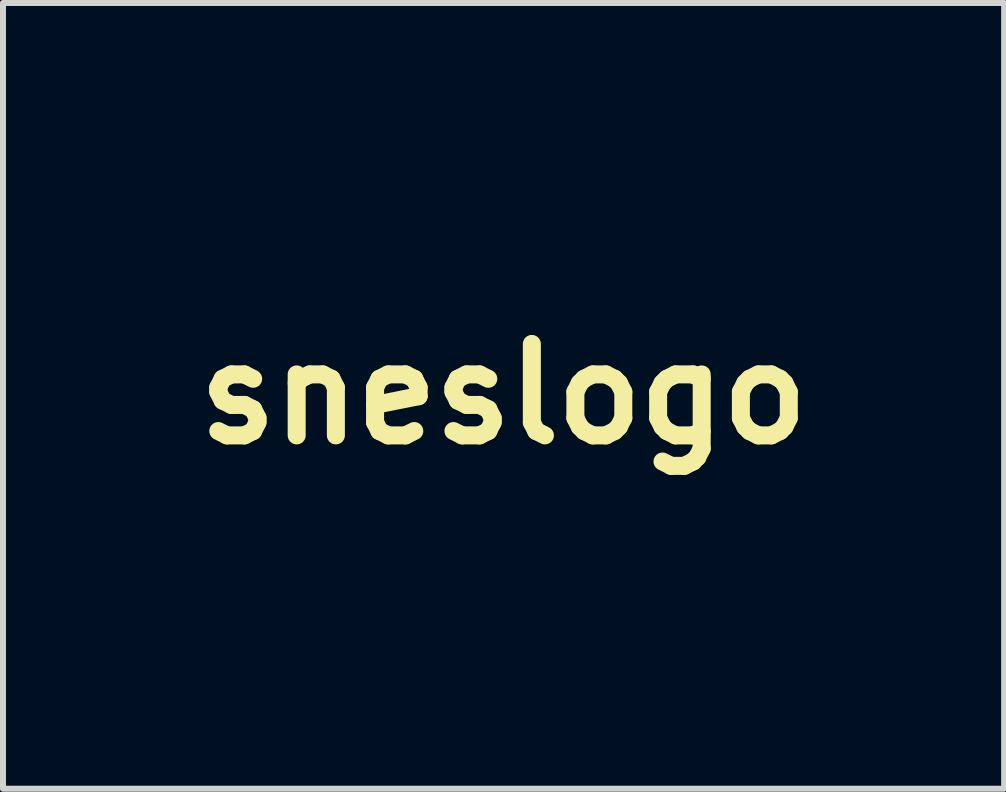
<source format=kicad_pcb>
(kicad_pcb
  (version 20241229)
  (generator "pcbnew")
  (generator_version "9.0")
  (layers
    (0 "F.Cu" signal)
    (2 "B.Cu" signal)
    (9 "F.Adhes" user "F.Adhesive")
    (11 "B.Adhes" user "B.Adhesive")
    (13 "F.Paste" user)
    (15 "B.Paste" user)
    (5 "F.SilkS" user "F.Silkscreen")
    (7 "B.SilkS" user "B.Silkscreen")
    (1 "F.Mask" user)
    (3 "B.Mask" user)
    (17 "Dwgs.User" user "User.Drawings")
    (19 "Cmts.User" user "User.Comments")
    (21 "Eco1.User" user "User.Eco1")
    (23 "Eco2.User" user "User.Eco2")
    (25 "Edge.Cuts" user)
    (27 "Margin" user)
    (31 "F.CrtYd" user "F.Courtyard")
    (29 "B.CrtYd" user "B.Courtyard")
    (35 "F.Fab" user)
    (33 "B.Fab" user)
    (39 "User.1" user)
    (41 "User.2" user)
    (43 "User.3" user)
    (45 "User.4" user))
  (footprint "sneslogo"
    (layer "F.Cu")
    (at 5.341 3.516)
    (property "Reference" "sneslogo" (at 0 0 0) (layer "F.SilkS") (effects (font (size 1.524 1.524) (thickness 0.3))))
    (attr board_only exclude_from_pos_files exclude_from_bom)
    (fp_poly (pts (xy -2.828 -0.317) (xy -2.681 -0.308) (xy -2.536 -0.295) (xy -2.393 -0.275) (xy -2.252 -0.25) (xy -2.115 -0.22) (xy -1.982 -0.184) (xy -1.853 -0.143) (xy -1.783 -0.117) (xy -1.686 -0.078) (xy -1.595 -0.035) (xy -1.509 0.01) (xy -1.429 0.058) (xy -1.356 0.108) (xy -1.288 0.16) (xy -1.227 0.215) (xy -1.173 0.271) (xy -1.126 0.329) (xy -1.086 0.388) (xy -1.059 0.439) (xy -1.037 0.489) (xy -1.02 0.537) (xy -1.01 0.584) (xy -1.004 0.634) (xy -1.003 0.676) (xy -1.005 0.734) (xy -1.013 0.788) (xy -1.027 0.84) (xy -1.047 0.893) (xy -1.061 0.924) (xy -1.084 0.967) (xy -1.11 1.007) (xy -1.139 1.046) (xy -1.172 1.086) (xy -1.211 1.127) (xy -1.228 1.143) (xy -1.292 1.201) (xy -1.365 1.257) (xy -1.444 1.31) (xy -1.529 1.359) (xy -1.622 1.406) (xy -1.72 1.45) (xy -1.825 1.491) (xy -1.935 1.528) (xy -2.005 1.549) (xy -2.11 1.577) (xy -2.216 1.601) (xy -2.325 1.622) (xy -2.438 1.64) (xy -2.556 1.655) (xy -2.678 1.666) (xy -2.7 1.668) (xy -2.729 1.669) (xy -2.764 1.671) (xy -2.803 1.672) (xy -2.846 1.673) (xy -2.89 1.673) (xy -2.936 1.674) (xy -2.982 1.674) (xy -3.026 1.674) (xy -3.068 1.674) (xy -3.107 1.674) (xy -3.141 1.674) (xy -3.17 1.673) (xy -3.19 1.672) (xy -3.344 1.659) (xy -3.494 1.642) (xy -3.638 1.619) (xy -3.777 1.591) (xy -3.911 1.558) (xy -4.039 1.52) (xy -4.12 1.492) (xy -4.22 1.453) (xy -4.315 1.411) (xy -4.404 1.367) (xy -4.486 1.32) (xy -4.563 1.271) (xy -4.633 1.22) (xy -4.696 1.167) (xy -4.752 1.112) (xy -4.802 1.055) (xy -4.845 0.997) (xy -4.88 0.937) (xy -4.908 0.876) (xy -4.929 0.813) (xy -4.94 0.763) (xy -4.943 0.741) (xy -4.945 0.721) (xy -4.945 0.697) (xy -4.945 0.67) (xy -4.944 0.663) (xy -4.94 0.608) (xy -4.932 0.558) (xy -4.918 0.509) (xy -4.898 0.46) (xy -4.884 0.43) (xy -4.848 0.368) (xy -4.806 0.309) (xy -4.756 0.251) (xy -4.699 0.195) (xy -4.635 0.141) (xy -4.565 0.089) (xy -4.488 0.039) (xy -4.406 -0.008) (xy -4.318 -0.052) (xy -4.224 -0.093) (xy -4.125 -0.132) (xy -4.021 -0.167) (xy -3.912 -0.199) (xy -3.846 -0.216) (xy -3.706 -0.248) (xy -3.564 -0.274) (xy -3.419 -0.294) (xy -3.272 -0.308) (xy -3.124 -0.316) (xy -2.976 -0.319)) (stroke (width 0) (type solid)) (fill yes) (layer "F.Mask"))
    (fp_poly (pts (xy 0.888 1.482) (xy 0.974 1.485) (xy 1.057 1.49) (xy 1.121 1.494) (xy 1.251 1.508) (xy 1.379 1.525) (xy 1.503 1.547) (xy 1.625 1.572) (xy 1.743 1.601) (xy 1.856 1.634) (xy 1.966 1.67) (xy 2.071 1.71) (xy 2.17 1.753) (xy 2.265 1.8) (xy 2.353 1.849) (xy 2.435 1.901) (xy 2.511 1.956) (xy 2.58 2.013) (xy 2.625 2.055) (xy 2.677 2.112) (xy 2.722 2.168) (xy 2.761 2.226) (xy 2.792 2.285) (xy 2.817 2.346) (xy 2.835 2.41) (xy 2.839 2.426) (xy 2.842 2.449) (xy 2.845 2.477) (xy 2.846 2.509) (xy 2.846 2.542) (xy 2.845 2.575) (xy 2.843 2.604) (xy 2.84 2.629) (xy 2.839 2.633) (xy 2.821 2.699) (xy 2.795 2.764) (xy 2.762 2.828) (xy 2.721 2.89) (xy 2.674 2.95) (xy 2.619 3.008) (xy 2.557 3.065) (xy 2.489 3.119) (xy 2.413 3.171) (xy 2.331 3.221) (xy 2.242 3.269) (xy 2.147 3.314) (xy 2.048 3.356) (xy 1.931 3.399) (xy 1.808 3.438) (xy 1.68 3.472) (xy 1.548 3.501) (xy 1.412 3.526) (xy 1.273 3.547) (xy 1.132 3.562) (xy 0.989 3.572) (xy 0.846 3.577) (xy 0.702 3.577) (xy 0.647 3.576) (xy 0.506 3.569) (xy 0.367 3.557) (xy 0.232 3.541) (xy 0.1 3.52) (xy -0.029 3.495) (xy -0.154 3.466) (xy -0.274 3.433) (xy -0.39 3.396) (xy -0.501 3.355) (xy -0.607 3.311) (xy -0.706 3.262) (xy -0.8 3.211) (xy -0.887 3.156) (xy -0.947 3.113) (xy -1.016 3.057) (xy -1.078 3) (xy -1.132 2.941) (xy -1.179 2.881) (xy -1.218 2.819) (xy -1.25 2.756) (xy -1.274 2.692) (xy -1.29 2.626) (xy -1.291 2.619) (xy -1.294 2.596) (xy -1.296 2.567) (xy -1.297 2.536) (xy -1.297 2.505) (xy -1.296 2.477) (xy -1.293 2.453) (xy -1.293 2.451) (xy -1.278 2.384) (xy -1.256 2.318) (xy -1.226 2.254) (xy -1.188 2.191) (xy -1.143 2.13) (xy -1.091 2.07) (xy -1.031 2.013) (xy -0.963 1.957) (xy -0.888 1.902) (xy -0.809 1.852) (xy -0.722 1.803) (xy -0.628 1.757) (xy -0.528 1.714) (xy -0.423 1.673) (xy -0.314 1.637) (xy -0.201 1.603) (xy -0.084 1.574) (xy 0.035 1.549) (xy 0.155 1.527) (xy 0.276 1.511) (xy 0.316 1.506) (xy 0.339 1.504) (xy 0.36 1.502) (xy 0.378 1.5) (xy 0.39 1.498) (xy 0.393 1.498) (xy 0.465 1.492) (xy 0.543 1.487) (xy 0.626 1.483) (xy 0.712 1.481) (xy 0.8 1.481)) (stroke (width 0) (type solid)) (fill yes) (layer "F.Mask"))
    (fp_poly (pts (xy -0.39 -3.512) (xy -0.293 -3.502) (xy -0.289 -3.502) (xy -0.171 -3.483) (xy -0.055 -3.457) (xy 0.058 -3.424) (xy 0.168 -3.384) (xy 0.274 -3.338) (xy 0.377 -3.285) (xy 0.477 -3.227) (xy 0.572 -3.162) (xy 0.662 -3.092) (xy 0.749 -3.017) (xy 0.83 -2.937) (xy 0.907 -2.852) (xy 0.978 -2.763) (xy 1.044 -2.669) (xy 1.104 -2.571) (xy 1.158 -2.469) (xy 1.206 -2.364) (xy 1.247 -2.255) (xy 1.282 -2.143) (xy 1.31 -2.028) (xy 1.33 -1.91) (xy 1.334 -1.885) (xy 1.339 -1.843) (xy 1.343 -1.802) (xy 1.345 -1.761) (xy 1.347 -1.718) (xy 1.347 -1.672) (xy 1.347 -1.62) (xy 1.347 -1.608) (xy 1.344 -1.537) (xy 1.341 -1.472) (xy 1.335 -1.411) (xy 1.326 -1.351) (xy 1.316 -1.291) (xy 1.302 -1.229) (xy 1.294 -1.196) (xy 1.262 -1.079) (xy 1.222 -0.966) (xy 1.175 -0.856) (xy 1.122 -0.75) (xy 1.062 -0.647) (xy 0.995 -0.549) (xy 0.923 -0.455) (xy 0.844 -0.366) (xy 0.76 -0.281) (xy 0.67 -0.202) (xy 0.575 -0.128) (xy 0.474 -0.059) (xy 0.464 -0.053) (xy 0.433 -0.034) (xy 0.397 -0.014) (xy 0.358 0.007) (xy 0.316 0.028) (xy 0.274 0.049) (xy 0.234 0.068) (xy 0.197 0.085) (xy 0.168 0.097) (xy 0.053 0.138) (xy -0.063 0.171) (xy -0.18 0.197) (xy -0.3 0.215) (xy -0.407 0.225) (xy -0.449 0.228) (xy -0.449 0.179) (xy -0.452 0.082) (xy -0.462 -0.018) (xy -0.478 -0.12) (xy -0.499 -0.222) (xy -0.526 -0.325) (xy -0.547 -0.391) (xy -0.588 -0.503) (xy -0.636 -0.611) (xy -0.691 -0.716) (xy -0.752 -0.816) (xy -0.82 -0.913) (xy -0.893 -1.005) (xy -0.971 -1.092) (xy -1.055 -1.174) (xy -1.144 -1.25) (xy -1.237 -1.321) (xy -1.335 -1.387) (xy -1.437 -1.446) (xy -1.543 -1.499) (xy -1.653 -1.545) (xy -1.74 -1.576) (xy -1.83 -1.603) (xy -1.919 -1.625) (xy -2.006 -1.642) (xy -2.096 -1.655) (xy -2.189 -1.663) (xy -2.287 -1.667) (xy -2.29 -1.667) (xy -2.399 -1.669) (xy -2.396 -1.713) (xy -2.393 -1.771) (xy -2.388 -1.829) (xy -2.381 -1.886) (xy -2.374 -1.939) (xy -2.371 -1.958) (xy -2.347 -2.075) (xy -2.317 -2.189) (xy -2.279 -2.3) (xy -2.235 -2.408) (xy -2.184 -2.513) (xy -2.127 -2.614) (xy -2.064 -2.711) (xy -1.996 -2.803) (xy -1.921 -2.891) (xy -1.842 -2.975) (xy -1.758 -3.053) (xy -1.669 -3.127) (xy -1.575 -3.194) (xy -1.477 -3.256) (xy -1.376 -3.312) (xy -1.27 -3.362) (xy -1.161 -3.405) (xy -1.048 -3.442) (xy -0.933 -3.472) (xy -0.891 -3.481) (xy -0.794 -3.497) (xy -0.694 -3.508) (xy -0.592 -3.514) (xy -0.49 -3.516)) (stroke (width 0) (type solid)) (fill yes) (layer "F.Mask"))
    (fp_poly (pts (xy 3.2 -1.566) (xy 3.233 -1.565) (xy 3.26 -1.563) (xy 3.265 -1.563) (xy 3.384 -1.55) (xy 3.501 -1.529) (xy 3.615 -1.501) (xy 3.727 -1.466) (xy 3.836 -1.424) (xy 3.941 -1.375) (xy 4.044 -1.32) (xy 4.142 -1.258) (xy 4.236 -1.19) (xy 4.326 -1.116) (xy 4.411 -1.036) (xy 4.491 -0.95) (xy 4.566 -0.859) (xy 4.636 -0.762) (xy 4.639 -0.758) (xy 4.701 -0.658) (xy 4.756 -0.556) (xy 4.804 -0.452) (xy 4.845 -0.346) (xy 4.88 -0.236) (xy 4.907 -0.123) (xy 4.928 -0.006) (xy 4.939 0.076) (xy 4.94 0.099) (xy 4.942 0.129) (xy 4.943 0.164) (xy 4.944 0.202) (xy 4.944 0.243) (xy 4.944 0.284) (xy 4.943 0.324) (xy 4.942 0.363) (xy 4.94 0.398) (xy 4.939 0.428) (xy 4.937 0.449) (xy 4.92 0.564) (xy 4.897 0.677) (xy 4.867 0.788) (xy 4.831 0.895) (xy 4.8 0.973) (xy 4.776 1.027) (xy 4.747 1.084) (xy 4.716 1.143) (xy 4.683 1.199) (xy 4.65 1.253) (xy 4.622 1.295) (xy 4.55 1.391) (xy 4.473 1.482) (xy 4.39 1.568) (xy 4.302 1.647) (xy 4.21 1.721) (xy 4.147 1.765) (xy 4.045 1.83) (xy 3.94 1.887) (xy 3.833 1.937) (xy 3.722 1.979) (xy 3.61 2.014) (xy 3.494 2.042) (xy 3.376 2.062) (xy 3.256 2.075) (xy 3.236 2.076) (xy 3.196 2.079) (xy 3.196 2.017) (xy 3.193 1.928) (xy 3.184 1.836) (xy 3.169 1.741) (xy 3.15 1.646) (xy 3.125 1.551) (xy 3.096 1.458) (xy 3.063 1.368) (xy 3.054 1.348) (xy 3.005 1.241) (xy 2.948 1.137) (xy 2.885 1.038) (xy 2.816 0.942) (xy 2.741 0.851) (xy 2.661 0.765) (xy 2.574 0.685) (xy 2.483 0.609) (xy 2.387 0.54) (xy 2.387 0.54) (xy 2.286 0.477) (xy 2.182 0.421) (xy 2.074 0.372) (xy 1.964 0.33) (xy 1.851 0.295) (xy 1.736 0.268) (xy 1.619 0.248) (xy 1.604 0.246) (xy 1.571 0.242) (xy 1.534 0.239) (xy 1.495 0.236) (xy 1.455 0.234) (xy 1.417 0.232) (xy 1.382 0.231) (xy 1.353 0.231) (xy 1.345 0.231) (xy 1.301 0.232) (xy 1.301 0.214) (xy 1.302 0.181) (xy 1.304 0.141) (xy 1.308 0.098) (xy 1.313 0.052) (xy 1.319 0.005) (xy 1.325 -0.041) (xy 1.333 -0.084) (xy 1.338 -0.112) (xy 1.365 -0.226) (xy 1.4 -0.338) (xy 1.441 -0.447) (xy 1.49 -0.553) (xy 1.545 -0.655) (xy 1.606 -0.754) (xy 1.673 -0.849) (xy 1.747 -0.939) (xy 1.826 -1.025) (xy 1.91 -1.105) (xy 2 -1.181) (xy 2.095 -1.25) (xy 2.194 -1.314) (xy 2.195 -1.314) (xy 2.298 -1.371) (xy 2.404 -1.421) (xy 2.513 -1.463) (xy 2.625 -1.499) (xy 2.74 -1.527) (xy 2.859 -1.549) (xy 2.916 -1.557) (xy 2.94 -1.559) (xy 2.97 -1.561) (xy 3.005 -1.563) (xy 3.043 -1.564) (xy 3.083 -1.565) (xy 3.124 -1.566) (xy 3.163 -1.566)) (stroke (width 0) (type solid)) (fill yes) (layer "F.Mask")))
  (gr_rect
    (start -3 -3)
    (end 13.683 10.093)
    (stroke (width 0.1) (type default))
    (fill no)
    (layer "Edge.Cuts")))
</source>
